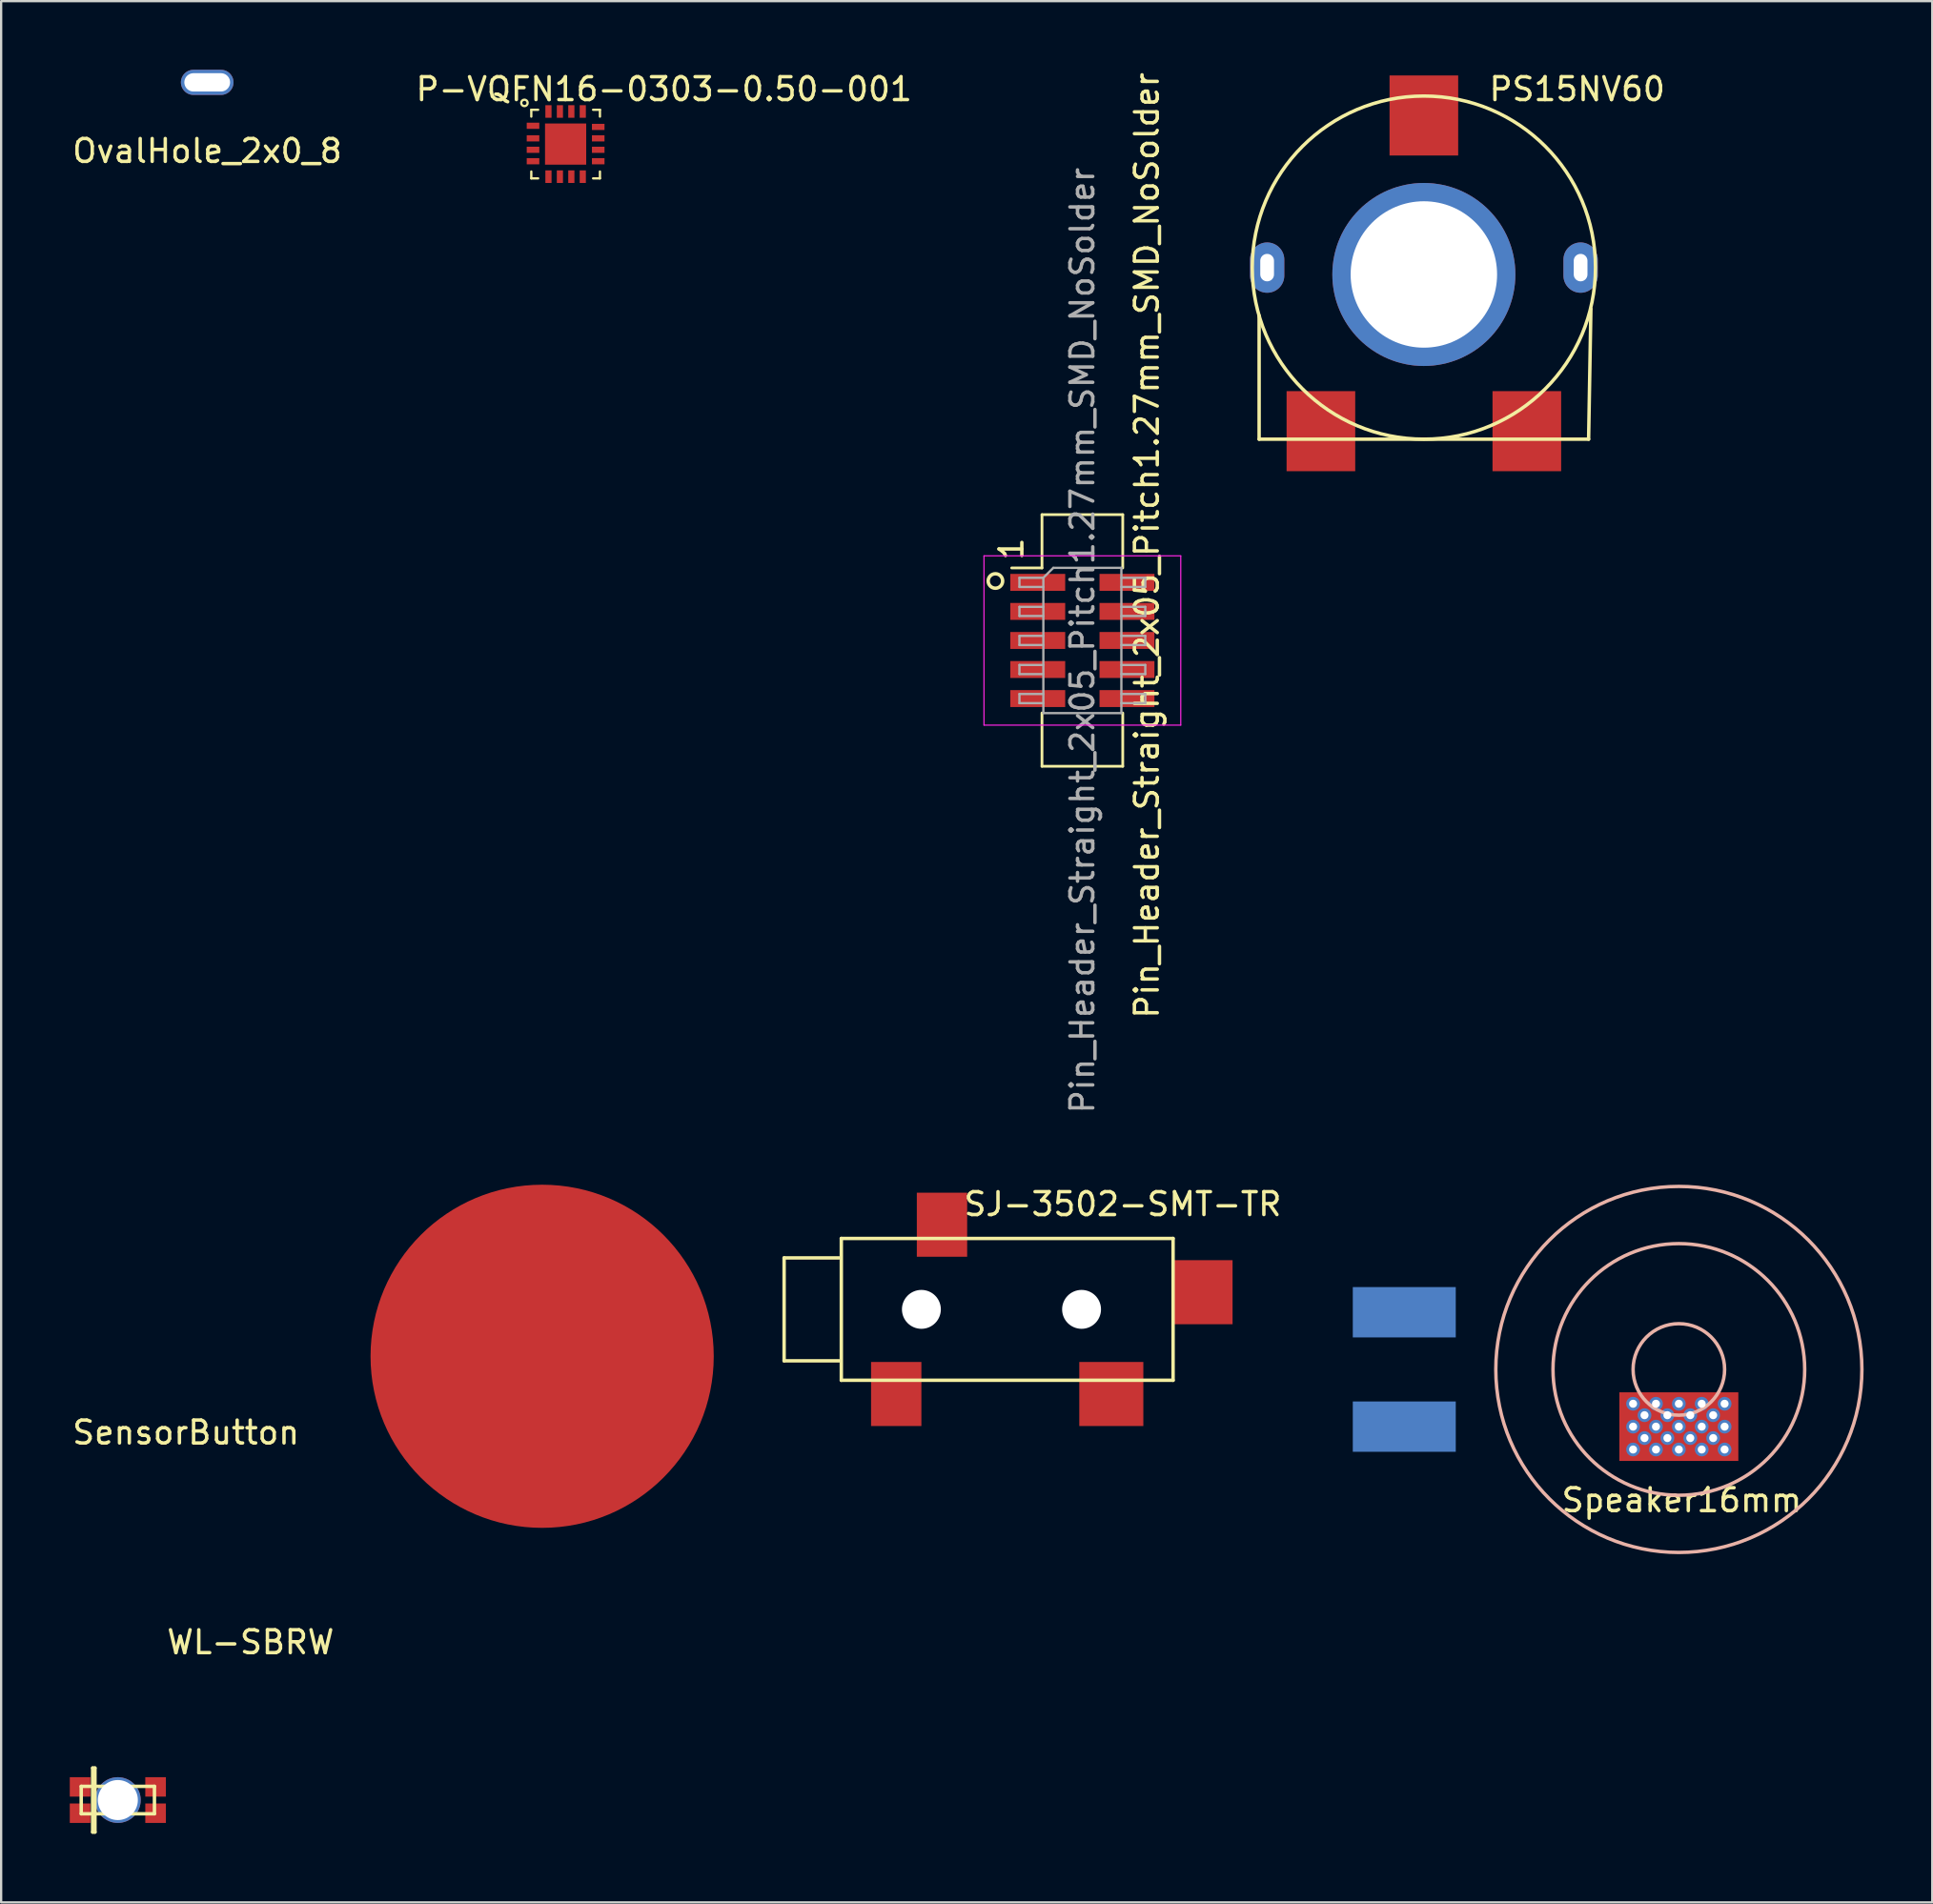
<source format=kicad_pcb>
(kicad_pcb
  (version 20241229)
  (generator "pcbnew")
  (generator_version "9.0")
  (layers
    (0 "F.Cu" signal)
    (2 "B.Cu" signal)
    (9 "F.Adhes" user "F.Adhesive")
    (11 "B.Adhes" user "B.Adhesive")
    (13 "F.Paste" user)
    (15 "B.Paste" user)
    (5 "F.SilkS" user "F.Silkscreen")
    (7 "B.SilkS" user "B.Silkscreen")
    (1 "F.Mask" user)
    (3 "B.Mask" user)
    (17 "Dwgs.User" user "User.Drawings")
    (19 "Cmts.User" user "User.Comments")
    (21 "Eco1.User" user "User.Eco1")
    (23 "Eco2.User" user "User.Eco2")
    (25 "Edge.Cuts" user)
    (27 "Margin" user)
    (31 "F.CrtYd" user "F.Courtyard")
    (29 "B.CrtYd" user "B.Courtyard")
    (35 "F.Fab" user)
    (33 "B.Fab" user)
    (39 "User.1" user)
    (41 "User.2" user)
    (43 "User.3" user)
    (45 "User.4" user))
  (footprint "PS15NV60"
    (layer "F.Cu")
    (at 59.179 8.648)
    (property "Reference" "PS15NV60" (at 6.7 -7.8 180) (layer "F.SilkS") (effects (font (size 1 1) (thickness 0.15))))
    (attr through_hole)
    (fp_line (start -7.2 7.5) (end -7.2 2.1) (stroke (width 0.15) (type solid)) (layer "F.SilkS"))
    (fp_line (start -7.2 7.5) (end 7.2 7.5) (stroke (width 0.15) (type solid)) (layer "F.SilkS"))
    (fp_line (start 7.2 7.5) (end 7.3 1.8) (stroke (width 0.15) (type solid)) (layer "F.SilkS"))
    (fp_circle (center 0 0) (end 7.5 0) (stroke (width 0.15) (type solid)) (fill no) (layer "F.SilkS"))
    (pad "" thru_hole oval (at -6.85 0) (size 1.5 2.2) (drill oval 0.6 1.2) (layers "*.Cu" "*.Mask" "F.Paste"))
    (pad "" thru_hole circle (at 0 0.3) (size 8 8) (drill 6.4) (layers "*.Cu" "*.Mask"))
    (pad "" thru_hole oval (at 6.85 0) (size 1.5 2.2) (drill oval 0.6 1.2) (layers "*.Cu" "*.Mask" "F.Paste"))
    (pad "1" smd rect (at -4.5 7.15) (size 3 3.5) (layers "F.Cu" "F.Mask" "F.Paste"))
    (pad "2" smd rect (at 0 -6.65) (size 3 3.5) (layers "F.Cu" "F.Mask" "F.Paste"))
    (pad "3" smd rect (at 4.5 7.15) (size 3 3.5) (layers "F.Cu" "F.Mask" "F.Paste")))
  (footprint "P-VQFN16-0303-0.50-001"
    (layer "F.Cu")
    (at 21.67 3.248)
    (property "Reference" "P-VQFN16-0303-0.50-001" (at 4.3 -2.4 0) (layer "F.SilkS") (effects (font (size 1 1) (thickness 0.15))))
    (attr through_hole)
    (fp_line (start -1.5 -1.5) (end -1.5 -1.2) (stroke (width 0.1) (type solid)) (layer "F.SilkS"))
    (fp_line (start -1.5 -1.5) (end -1.2 -1.5) (stroke (width 0.1) (type solid)) (layer "F.SilkS"))
    (fp_line (start -1.5 1.5) (end -1.5 1.2) (stroke (width 0.1) (type solid)) (layer "F.SilkS"))
    (fp_line (start -1.5 1.5) (end -1.2 1.5) (stroke (width 0.1) (type solid)) (layer "F.SilkS"))
    (fp_line (start 1.5 -1.5) (end 1.2 -1.5) (stroke (width 0.1) (type solid)) (layer "F.SilkS"))
    (fp_line (start 1.5 -1.5) (end 1.5 -1.2) (stroke (width 0.1) (type solid)) (layer "F.SilkS"))
    (fp_line (start 1.5 1.5) (end 1.2 1.5) (stroke (width 0.1) (type solid)) (layer "F.SilkS"))
    (fp_line (start 1.5 1.5) (end 1.5 1.2) (stroke (width 0.1) (type solid)) (layer "F.SilkS"))
    (fp_circle (center -1.8 -1.8) (end -1.659 -1.8) (stroke (width 0.1) (type solid)) (fill no) (layer "F.SilkS"))
    (pad "1" smd rect (at -1.425 -0.8) (size 0.55 0.27) (layers "F.Cu" "F.Mask" "F.Paste"))
    (pad "2" smd rect (at -1.425 -0.25) (size 0.55 0.27) (layers "F.Cu" "F.Mask" "F.Paste"))
    (pad "3" smd rect (at -1.425 0.25) (size 0.55 0.27) (layers "F.Cu" "F.Mask" "F.Paste"))
    (pad "4" smd rect (at -1.425 0.75) (size 0.55 0.27) (layers "F.Cu" "F.Mask" "F.Paste"))
    (pad "5" smd rect (at -0.75 1.425 90) (size 0.55 0.27) (layers "F.Cu" "F.Mask" "F.Paste"))
    (pad "6" smd rect (at -0.25 1.425 90) (size 0.55 0.27) (layers "F.Cu" "F.Mask" "F.Paste"))
    (pad "7" smd rect (at 0.25 1.425 90) (size 0.55 0.27) (layers "F.Cu" "F.Mask" "F.Paste"))
    (pad "8" smd rect (at 0.75 1.425 90) (size 0.55 0.27) (layers "F.Cu" "F.Mask" "F.Paste"))
    (pad "9" smd rect (at 1.425 0.75 180) (size 0.55 0.27) (layers "F.Cu" "F.Mask" "F.Paste"))
    (pad "10" smd rect (at 1.425 0.25 180) (size 0.55 0.27) (layers "F.Cu" "F.Mask" "F.Paste"))
    (pad "11" smd rect (at 1.425 -0.25 180) (size 0.55 0.27) (layers "F.Cu" "F.Mask" "F.Paste"))
    (pad "12" smd rect (at 1.425 -0.75 180) (size 0.55 0.27) (layers "F.Cu" "F.Mask" "F.Paste"))
    (pad "13" smd rect (at 0.75 -1.425 90) (size 0.55 0.27) (layers "F.Cu" "F.Mask" "F.Paste"))
    (pad "14" smd rect (at 0.25 -1.425 90) (size 0.55 0.27) (layers "F.Cu" "F.Mask" "F.Paste"))
    (pad "15" smd rect (at -0.25 -1.425 90) (size 0.55 0.27) (layers "F.Cu" "F.Mask" "F.Paste"))
    (pad "16" smd rect (at -0.75 -1.425 90) (size 0.55 0.27) (layers "F.Cu" "F.Mask" "F.Paste"))
    (pad "17" smd rect (at 0 0) (size 1.8 1.8) (layers "F.Cu" "F.Mask" "F.Paste")))
  (footprint "OvalHole_2x0_8"
    (layer "F.Cu")
    (at 6.006 0.55)
    (property "Reference" "OvalHole_2x0_8" (at 0 3 0) (layer "F.SilkS") (effects (font (size 1 1) (thickness 0.15))))
    (attr through_hole)
    (pad "1" thru_hole oval (at 0 0) (size 2.3 1.1) (drill oval 2 0.8) (layers "*.Cu" "*.Mask")))
  (footprint "WL-SBRW"
    (layer "F.Cu")
    (at 2.1 75.637)
    (property "Reference" "WL-SBRW" (at 5.8 -6.9 0) (layer "F.SilkS") (effects (font (size 1 1) (thickness 0.15))))
    (attr through_hole)
    (fp_line (start -1.6 -0.6) (end 1.6 -0.6) (stroke (width 0.15) (type solid)) (layer "F.SilkS"))
    (fp_line (start -1.6 0.6) (end -1.6 -0.6) (stroke (width 0.15) (type solid)) (layer "F.SilkS"))
    (fp_line (start -1.6 0.6) (end 1.6 0.6) (stroke (width 0.15) (type solid)) (layer "F.SilkS"))
    (fp_line (start -1.1 -1.4) (end -1.1 1.4) (stroke (width 0.15) (type solid)) (layer "F.SilkS"))
    (fp_line (start -1.1 1.4) (end -1 1.4) (stroke (width 0.15) (type solid)) (layer "F.SilkS"))
    (fp_line (start -1 -1.4) (end -1.1 -1.4) (stroke (width 0.15) (type solid)) (layer "F.SilkS"))
    (fp_line (start -1 1.4) (end -1 -1.4) (stroke (width 0.15) (type solid)) (layer "F.SilkS"))
    (fp_line (start 1.6 -0.6) (end 1.6 0.6) (stroke (width 0.15) (type solid)) (layer "F.SilkS"))
    (pad "" thru_hole circle (at 0 0) (size 2 2) (drill 1.75) (layers "*.Cu" "*.Mask"))
    (pad "1" smd rect (at -1.65 -0.575) (size 0.9 0.85) (layers "F.Cu" "F.Mask" "F.Paste"))
    (pad "2" smd rect (at -1.65 0.575) (size 0.9 0.85) (layers "F.Cu" "F.Mask" "F.Paste"))
    (pad "3" smd rect (at 1.65 0.575) (size 0.9 0.85) (layers "F.Cu" "F.Mask" "F.Paste"))
    (pad "4" smd rect (at 1.65 -0.575) (size 0.9 0.85) (layers "F.Cu" "F.Mask" "F.Paste")))
  (footprint "SJ-3502-SMT-TR"
    (layer "F.Cu")
    (at 33.719 54.187)
    (property "Reference" "SJ-3502-SMT-TR" (at 12.3 -4.6 0) (layer "F.SilkS") (effects (font (size 1 1) (thickness 0.15))))
    (attr through_hole)
    (fp_line (start -2.5 -2.25) (end -2.5 2.25) (stroke (width 0.15) (type solid)) (layer "F.SilkS"))
    (fp_line (start -2.5 2.25) (end -0.1 2.25) (stroke (width 0.15) (type solid)) (layer "F.SilkS"))
    (fp_line (start -0.1 -2.25) (end -2.5 -2.25) (stroke (width 0.15) (type solid)) (layer "F.SilkS"))
    (fp_line (start 0 -3.1) (end 0 3.1) (stroke (width 0.15) (type solid)) (layer "F.SilkS"))
    (fp_line (start 0 -3.1) (end 14.5 -3.1) (stroke (width 0.15) (type solid)) (layer "F.SilkS"))
    (fp_line (start 0 3.1) (end 14.5 3.1) (stroke (width 0.15) (type solid)) (layer "F.SilkS"))
    (fp_line (start 14.5 -3.1) (end 14.5 3.1) (stroke (width 0.15) (type solid)) (layer "F.SilkS"))
    (pad "" np_thru_hole circle (at 3.5 0) (size 1.7 1.7) (drill 1.7) (layers "*.Cu" "*.Mask"))
    (pad "" np_thru_hole circle (at 10.5 0) (size 1.7 1.7) (drill 1.7) (layers "*.Cu" "*.Mask"))
    (pad "1" smd rect (at 2.4 3.7) (size 2.2 2.8) (layers "F.Cu" "F.Mask" "F.Paste"))
    (pad "2" smd rect (at 11.8 3.7) (size 2.8 2.8) (layers "F.Cu" "F.Mask" "F.Paste"))
    (pad "3" smd rect (at 4.4 -3.7) (size 2.2 2.8) (layers "F.Cu" "F.Mask" "F.Paste"))
    (pad "4" smd rect (at 15.8 -0.75) (size 2.6 2.8) (layers "F.Cu" "F.Mask" "F.Paste")))
  (footprint "Pin_Header_Straight_2x05_Pitch1.27mm_SMD_NoSolder"
    (layer "F.Cu")
    (at 44.254 24.947)
    (property "Reference" "Pin_Header_Straight_2x05_Pitch1.27mm_SMD_NoSolder" (at 2.819 -4.155 270) (layer "F.SilkS") (effects (font (size 1 1) (thickness 0.15))))
    (attr smd)
    (fp_line (start -3.09 -3.17) (end -1.765 -3.17) (stroke (width 0.12) (type solid)) (layer "F.SilkS"))
    (fp_line (start -1.765 -5.5) (end -1.765 -3.17) (stroke (width 0.12) (type solid)) (layer "F.SilkS"))
    (fp_line (start -1.765 -5.5) (end 1.765 -5.5) (stroke (width 0.12) (type solid)) (layer "F.SilkS"))
    (fp_line (start -1.765 3.17) (end -1.765 5.5) (stroke (width 0.12) (type solid)) (layer "F.SilkS"))
    (fp_line (start -1.765 5.5) (end 1.765 5.5) (stroke (width 0.12) (type solid)) (layer "F.SilkS"))
    (fp_line (start 1.765 -5.5) (end 1.765 -3.17) (stroke (width 0.12) (type solid)) (layer "F.SilkS"))
    (fp_line (start 1.765 3.17) (end 1.765 5.5) (stroke (width 0.12) (type solid)) (layer "F.SilkS"))
    (fp_circle (center -3.8 -2.6) (end -3.5 -2.5) (stroke (width 0.152) (type solid)) (fill no) (layer "F.SilkS"))
    (fp_line (start -4.3 -3.7) (end -4.3 3.7) (stroke (width 0.05) (type solid)) (layer "F.CrtYd"))
    (fp_line (start -4.3 3.7) (end 4.3 3.7) (stroke (width 0.05) (type solid)) (layer "F.CrtYd"))
    (fp_line (start 4.3 -3.7) (end -4.3 -3.7) (stroke (width 0.05) (type solid)) (layer "F.CrtYd"))
    (fp_line (start 4.3 3.7) (end 4.3 -3.7) (stroke (width 0.05) (type solid)) (layer "F.CrtYd"))
    (fp_line (start -2.75 -2.74) (end -2.75 -2.34) (stroke (width 0.1) (type solid)) (layer "F.Fab"))
    (fp_line (start -2.75 -2.34) (end -1.705 -2.34) (stroke (width 0.1) (type solid)) (layer "F.Fab"))
    (fp_line (start -2.75 -1.47) (end -2.75 -1.07) (stroke (width 0.1) (type solid)) (layer "F.Fab"))
    (fp_line (start -2.75 -1.07) (end -1.705 -1.07) (stroke (width 0.1) (type solid)) (layer "F.Fab"))
    (fp_line (start -2.75 -0.2) (end -2.75 0.2) (stroke (width 0.1) (type solid)) (layer "F.Fab"))
    (fp_line (start -2.75 0.2) (end -1.705 0.2) (stroke (width 0.1) (type solid)) (layer "F.Fab"))
    (fp_line (start -2.75 1.07) (end -2.75 1.47) (stroke (width 0.1) (type solid)) (layer "F.Fab"))
    (fp_line (start -2.75 1.47) (end -1.705 1.47) (stroke (width 0.1) (type solid)) (layer "F.Fab"))
    (fp_line (start -2.75 2.34) (end -2.75 2.74) (stroke (width 0.1) (type solid)) (layer "F.Fab"))
    (fp_line (start -2.75 2.74) (end -1.705 2.74) (stroke (width 0.1) (type solid)) (layer "F.Fab"))
    (fp_line (start -1.705 -2.74) (end -2.75 -2.74) (stroke (width 0.1) (type solid)) (layer "F.Fab"))
    (fp_line (start -1.705 -2.74) (end -1.27 -3.175) (stroke (width 0.1) (type solid)) (layer "F.Fab"))
    (fp_line (start -1.705 -1.47) (end -2.75 -1.47) (stroke (width 0.1) (type solid)) (layer "F.Fab"))
    (fp_line (start -1.705 -0.2) (end -2.75 -0.2) (stroke (width 0.1) (type solid)) (layer "F.Fab"))
    (fp_line (start -1.705 1.07) (end -2.75 1.07) (stroke (width 0.1) (type solid)) (layer "F.Fab"))
    (fp_line (start -1.705 2.34) (end -2.75 2.34) (stroke (width 0.1) (type solid)) (layer "F.Fab"))
    (fp_line (start -1.705 3.175) (end -1.705 -2.74) (stroke (width 0.1) (type solid)) (layer "F.Fab"))
    (fp_line (start -1.27 -3.175) (end 1.705 -3.175) (stroke (width 0.1) (type solid)) (layer "F.Fab"))
    (fp_line (start 1.705 -3.175) (end 1.705 3.175) (stroke (width 0.1) (type solid)) (layer "F.Fab"))
    (fp_line (start 1.705 -2.74) (end 2.75 -2.74) (stroke (width 0.1) (type solid)) (layer "F.Fab"))
    (fp_line (start 1.705 -1.47) (end 2.75 -1.47) (stroke (width 0.1) (type solid)) (layer "F.Fab"))
    (fp_line (start 1.705 -0.2) (end 2.75 -0.2) (stroke (width 0.1) (type solid)) (layer "F.Fab"))
    (fp_line (start 1.705 1.07) (end 2.75 1.07) (stroke (width 0.1) (type solid)) (layer "F.Fab"))
    (fp_line (start 1.705 2.34) (end 2.75 2.34) (stroke (width 0.1) (type solid)) (layer "F.Fab"))
    (fp_line (start 1.705 3.175) (end -1.705 3.175) (stroke (width 0.1) (type solid)) (layer "F.Fab"))
    (fp_line (start 2.75 -2.74) (end 2.75 -2.34) (stroke (width 0.1) (type solid)) (layer "F.Fab"))
    (fp_line (start 2.75 -2.34) (end 1.705 -2.34) (stroke (width 0.1) (type solid)) (layer "F.Fab"))
    (fp_line (start 2.75 -1.47) (end 2.75 -1.07) (stroke (width 0.1) (type solid)) (layer "F.Fab"))
    (fp_line (start 2.75 -1.07) (end 1.705 -1.07) (stroke (width 0.1) (type solid)) (layer "F.Fab"))
    (fp_line (start 2.75 -0.2) (end 2.75 0.2) (stroke (width 0.1) (type solid)) (layer "F.Fab"))
    (fp_line (start 2.75 0.2) (end 1.705 0.2) (stroke (width 0.1) (type solid)) (layer "F.Fab"))
    (fp_line (start 2.75 1.07) (end 2.75 1.47) (stroke (width 0.1) (type solid)) (layer "F.Fab"))
    (fp_line (start 2.75 1.47) (end 1.705 1.47) (stroke (width 0.1) (type solid)) (layer "F.Fab"))
    (fp_line (start 2.75 2.34) (end 2.75 2.74) (stroke (width 0.1) (type solid)) (layer "F.Fab"))
    (fp_line (start 2.75 2.74) (end 1.705 2.74) (stroke (width 0.1) (type solid)) (layer "F.Fab"))
    (fp_text user "1" (at -3.1 -4 90) (layer "F.SilkS") (effects (font (size 1 1) (thickness 0.15))))
    (fp_text user "${REFERENCE}" (at 0 0 90) (layer "F.Fab") (effects (font (size 1 1) (thickness 0.15))))
    (pad "1" smd rect (at -1.95 -2.54) (size 2.4 0.74) (layers "F.Cu" "F.Mask"))
    (pad "2" smd rect (at 1.95 -2.54) (size 2.4 0.74) (layers "F.Cu" "F.Mask"))
    (pad "3" smd rect (at -1.95 -1.27) (size 2.4 0.74) (layers "F.Cu" "F.Mask"))
    (pad "4" smd rect (at 1.95 -1.27) (size 2.4 0.74) (layers "F.Cu" "F.Mask"))
    (pad "5" smd rect (at -1.95 0) (size 2.4 0.74) (layers "F.Cu" "F.Mask"))
    (pad "6" smd rect (at 1.95 0) (size 2.4 0.74) (layers "F.Cu" "F.Mask"))
    (pad "7" smd rect (at -1.95 1.27) (size 2.4 0.74) (layers "F.Cu" "F.Mask"))
    (pad "8" smd rect (at 1.95 1.27) (size 2.4 0.74) (layers "F.Cu" "F.Mask"))
    (pad "9" smd rect (at -1.95 2.54) (size 2.4 0.74) (layers "F.Cu" "F.Mask"))
    (pad "10" smd rect (at 1.95 2.54) (size 2.4 0.74) (layers "F.Cu" "F.Mask")))
  (footprint "Speaker16mm"
    (layer "F.Cu")
    (at 70.323 56.813)
    (property "Reference" "Speaker16mm" (at 0.127 5.715 0) (layer "F.SilkS") (effects (font (size 1 1) (thickness 0.15))))
    (attr smd)
    (fp_circle (center 0 0) (end 2 0) (stroke (width 0.15) (type solid)) (fill no) (layer "B.SilkS"))
    (fp_circle (center 0 0) (end 5.5 0) (stroke (width 0.15) (type solid)) (fill no) (layer "B.SilkS"))
    (fp_circle (center 0 0) (end 8 0) (stroke (width 0.15) (type solid)) (fill no) (layer "B.SilkS"))
    (pad "1" smd rect (at -12 -2.5) (size 4.5 2.2) (layers "B.Cu" "B.Mask" "B.Paste"))
    (pad "2" smd rect (at -12 2.5) (size 4.5 2.2) (layers "B.Cu" "B.Mask" "B.Paste"))
    (pad "3" thru_hole circle (at -1 1.5) (size 0.6 0.6) (drill 0.35) (layers "*.Cu" "*.Mask"))
    (pad "4" thru_hole circle (at -0.5 2) (size 0.6 0.6) (drill 0.35) (layers "*.Cu" "*.Mask"))
    (pad "5" thru_hole circle (at 0 1.5) (size 0.6 0.6) (drill 0.35) (layers "*.Cu" "*.Mask"))
    (pad "6" thru_hole circle (at 0.5 2) (size 0.6 0.6) (drill 0.35) (layers "*.Cu" "*.Mask"))
    (pad "7" thru_hole circle (at 1 1.5) (size 0.6 0.6) (drill 0.35) (layers "*.Cu" "*.Mask"))
    (pad "8" thru_hole circle (at 1.5 2) (size 0.6 0.6) (drill 0.35) (layers "*.Cu" "*.Mask"))
    (pad "9" thru_hole circle (at 2 1.5) (size 0.6 0.6) (drill 0.35) (layers "*.Cu" "*.Mask"))
    (pad "10" thru_hole circle (at -2 2.5) (size 0.6 0.6) (drill 0.35) (layers "*.Cu" "*.Mask"))
    (pad "11" thru_hole circle (at -1.5 3) (size 0.6 0.6) (drill 0.35) (layers "*.Cu" "*.Mask"))
    (pad "12" thru_hole circle (at -1 2.5) (size 0.6 0.6) (drill 0.35) (layers "*.Cu" "*.Mask"))
    (pad "13" thru_hole circle (at -0.5 3) (size 0.6 0.6) (drill 0.35) (layers "*.Cu" "*.Mask"))
    (pad "14" thru_hole circle (at 0 2.5) (size 0.6 0.6) (drill 0.35) (layers "*.Cu" "*.Mask"))
    (pad "15" thru_hole circle (at 0.5 3) (size 0.6 0.6) (drill 0.35) (layers "*.Cu" "*.Mask"))
    (pad "16" thru_hole circle (at 1 2.5) (size 0.6 0.6) (drill 0.35) (layers "*.Cu" "*.Mask"))
    (pad "17" thru_hole circle (at 1.5 3) (size 0.6 0.6) (drill 0.35) (layers "*.Cu" "*.Mask"))
    (pad "18" thru_hole circle (at 2 2.5) (size 0.6 0.6) (drill 0.35) (layers "*.Cu" "*.Mask"))
    (pad "20" thru_hole circle (at -2 3.5) (size 0.6 0.6) (drill 0.35) (layers "*.Cu" "*.Mask"))
    (pad "21" thru_hole circle (at -1 3.5) (size 0.6 0.6) (drill 0.35) (layers "*.Cu" "*.Mask"))
    (pad "22" thru_hole circle (at 0 3.5) (size 0.6 0.6) (drill 0.35) (layers "*.Cu" "*.Mask"))
    (pad "23" thru_hole circle (at 1 3.5) (size 0.6 0.6) (drill 0.35) (layers "*.Cu" "*.Mask"))
    (pad "24" thru_hole circle (at 2 3.5) (size 0.6 0.6) (drill 0.35) (layers "*.Cu" "*.Mask"))
    (pad "25" thru_hole circle (at -2 1.5) (size 0.6 0.6) (drill 0.35) (layers "*.Cu" "*.Mask"))
    (pad "26" thru_hole circle (at -1.5 2) (size 0.6 0.6) (drill 0.35) (layers "*.Cu" "*.Mask"))
    (pad "27" smd rect (at 0 2.5) (size 5.2 3) (layers "F.Cu" "F.Mask")))
  (footprint "SensorButton"
    (layer "F.Cu")
    (at 20.644 56.238)
    (property "Reference" "SensorButton" (at -15.567 3.333 0) (layer "F.SilkS") (effects (font (size 1 1) (thickness 0.15))))
    (attr through_hole)
    (pad "1" smd circle (at 0 0) (size 15 15) (layers "F.Cu" "F.Mask")))
  (gr_rect
    (start -3 -3)
    (end 81.398 80.112)
    (stroke (width 0.1) (type default))
    (fill no)
    (layer "Edge.Cuts")))
</source>
